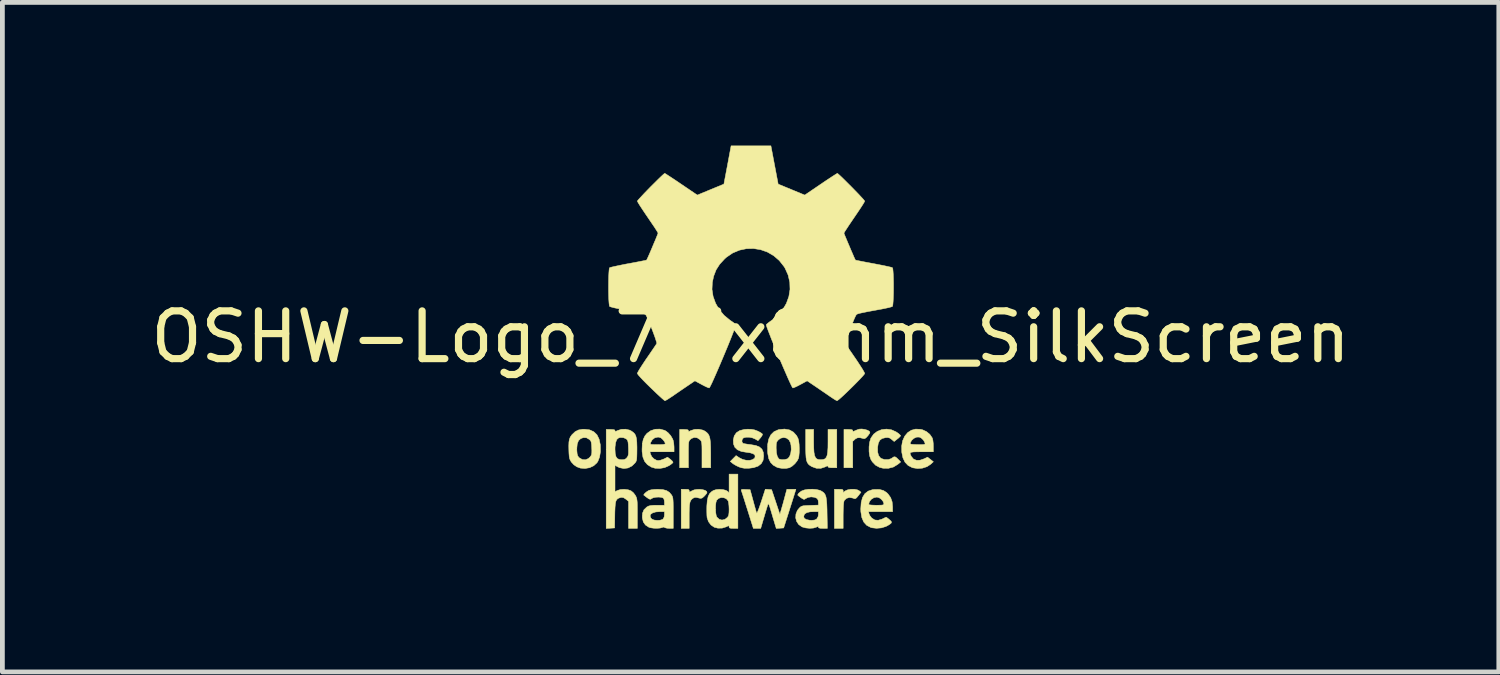
<source format=kicad_pcb>
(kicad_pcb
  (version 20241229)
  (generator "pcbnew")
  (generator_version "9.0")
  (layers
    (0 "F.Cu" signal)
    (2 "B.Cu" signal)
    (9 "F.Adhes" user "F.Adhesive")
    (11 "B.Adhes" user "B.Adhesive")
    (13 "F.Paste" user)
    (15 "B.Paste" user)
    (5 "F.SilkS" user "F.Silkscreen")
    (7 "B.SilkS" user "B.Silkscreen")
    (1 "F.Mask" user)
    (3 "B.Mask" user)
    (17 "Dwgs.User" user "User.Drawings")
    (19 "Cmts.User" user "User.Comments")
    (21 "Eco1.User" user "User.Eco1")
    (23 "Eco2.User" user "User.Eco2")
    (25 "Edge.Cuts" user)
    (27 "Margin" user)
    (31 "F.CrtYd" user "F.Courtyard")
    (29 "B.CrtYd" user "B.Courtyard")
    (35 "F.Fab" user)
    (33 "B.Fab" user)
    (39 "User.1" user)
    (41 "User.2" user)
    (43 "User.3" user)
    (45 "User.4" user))
  (footprint "OSHW-Logo_7.5x8mm_SilkScreen"
    (layer "F.Cu")
    (at 12.673 4.007)
    (property "Reference" "OSHW-Logo_7.5x8mm_SilkScreen" (at 0 0 0) (layer "F.SilkS") (effects (font (size 1 1) (thickness 0.15))))
    (attr exclude_from_pos_files exclude_from_bom)
    (fp_poly (pts (xy 2.391 1.938) (xy 2.449 1.955) (xy 2.486 1.977) (xy 2.498 1.995) (xy 2.495 2.016) (xy 2.473 2.048) (xy 2.455 2.072) (xy 2.417 2.113) (xy 2.389 2.131) (xy 2.365 2.13) (xy 2.294 2.112) (xy 2.241 2.113) (xy 2.199 2.133) (xy 2.185 2.145) (xy 2.139 2.187) (xy 2.139 2.741) (xy 1.955 2.741) (xy 1.955 1.938) (xy 2.047 1.938) (xy 2.102 1.941) (xy 2.131 1.948) (xy 2.139 1.963) (xy 2.139 1.964) (xy 2.143 1.98) (xy 2.16 1.978) (xy 2.185 1.966) (xy 2.235 1.945) (xy 2.276 1.932) (xy 2.329 1.929) (xy 2.391 1.938)) (stroke (width 0.01) (type solid)) (fill yes) (layer "F.SilkS"))
    (fp_poly (pts (xy 2.173 3.191) (xy 2.237 3.204) (xy 2.274 3.223) (xy 2.312 3.254) (xy 2.258 3.323) (xy 2.224 3.365) (xy 2.201 3.385) (xy 2.178 3.389) (xy 2.145 3.378) (xy 2.129 3.373) (xy 2.066 3.364) (xy 2.007 3.382) (xy 1.964 3.423) (xy 1.957 3.436) (xy 1.95 3.47) (xy 1.944 3.533) (xy 1.94 3.621) (xy 1.938 3.729) (xy 1.938 3.744) (xy 1.938 4.011) (xy 1.755 4.011) (xy 1.755 3.192) (xy 1.847 3.192) (xy 1.9 3.193) (xy 1.927 3.199) (xy 1.937 3.213) (xy 1.938 3.226) (xy 1.938 3.261) (xy 1.982 3.226) (xy 2.033 3.203) (xy 2.101 3.191) (xy 2.173 3.191)) (stroke (width 0.01) (type solid)) (fill yes) (layer "F.SilkS"))
    (fp_poly (pts (xy -1.32 3.193) (xy -1.295 3.201) (xy -1.287 3.217) (xy -1.287 3.225) (xy -1.285 3.246) (xy -1.275 3.249) (xy -1.248 3.235) (xy -1.232 3.225) (xy -1.182 3.204) (xy -1.122 3.194) (xy -1.059 3.193) (xy -0.999 3.201) (xy -0.951 3.216) (xy -0.92 3.237) (xy -0.914 3.264) (xy -0.917 3.272) (xy -0.94 3.302) (xy -0.974 3.339) (xy -0.98 3.345) (xy -1.013 3.373) (xy -1.042 3.382) (xy -1.081 3.376) (xy -1.097 3.371) (xy -1.146 3.361) (xy -1.181 3.366) (xy -1.211 3.382) (xy -1.237 3.403) (xy -1.257 3.43) (xy -1.271 3.467) (xy -1.28 3.52) (xy -1.285 3.593) (xy -1.287 3.693) (xy -1.287 3.753) (xy -1.287 4.011) (xy -1.454 4.011) (xy -1.454 3.192) (xy -1.37 3.192) (xy -1.32 3.193)) (stroke (width 0.01) (type solid)) (fill yes) (layer "F.SilkS"))
    (fp_poly (pts (xy 1.32 2.199) (xy 1.322 2.321) (xy 1.327 2.414) (xy 1.339 2.482) (xy 1.358 2.527) (xy 1.385 2.555) (xy 1.423 2.569) (xy 1.471 2.572) (xy 1.52 2.568) (xy 1.557 2.554) (xy 1.584 2.525) (xy 1.603 2.479) (xy 1.614 2.41) (xy 1.62 2.316) (xy 1.621 2.199) (xy 1.621 1.938) (xy 1.805 1.938) (xy 1.805 2.741) (xy 1.713 2.741) (xy 1.657 2.738) (xy 1.629 2.73) (xy 1.621 2.715) (xy 1.616 2.702) (xy 1.597 2.705) (xy 1.559 2.724) (xy 1.47 2.753) (xy 1.377 2.751) (xy 1.287 2.719) (xy 1.244 2.694) (xy 1.212 2.667) (xy 1.188 2.633) (xy 1.171 2.588) (xy 1.161 2.526) (xy 1.156 2.444) (xy 1.153 2.336) (xy 1.153 2.252) (xy 1.153 1.938) (xy 1.32 1.938) (xy 1.32 2.199)) (stroke (width 0.01) (type solid)) (fill yes) (layer "F.SilkS"))
    (fp_poly (pts (xy -1.002 1.952) (xy -0.96 1.972) (xy -0.92 2.001) (xy -0.889 2.034) (xy -0.867 2.076) (xy -0.852 2.132) (xy -0.842 2.207) (xy -0.838 2.305) (xy -0.836 2.431) (xy -0.836 2.444) (xy -0.836 2.741) (xy -1.019 2.741) (xy -1.019 2.467) (xy -1.019 2.366) (xy -1.02 2.292) (xy -1.023 2.241) (xy -1.028 2.207) (xy -1.035 2.184) (xy -1.047 2.167) (xy -1.063 2.15) (xy -1.12 2.113) (xy -1.183 2.106) (xy -1.242 2.129) (xy -1.262 2.147) (xy -1.278 2.163) (xy -1.288 2.18) (xy -1.296 2.204) (xy -1.3 2.24) (xy -1.302 2.294) (xy -1.303 2.371) (xy -1.303 2.464) (xy -1.303 2.741) (xy -1.487 2.741) (xy -1.487 1.938) (xy -1.395 1.938) (xy -1.34 1.941) (xy -1.312 1.948) (xy -1.303 1.963) (xy -1.303 1.964) (xy -1.3 1.979) (xy -1.283 1.977) (xy -1.249 1.961) (xy -1.173 1.937) (xy -1.086 1.934) (xy -1.002 1.952)) (stroke (width 0.01) (type solid)) (fill yes) (layer "F.SilkS"))
    (fp_poly (pts (xy 2.947 1.945) (xy 3.043 1.987) (xy 3.074 2.007) (xy 3.113 2.037) (xy 3.137 2.062) (xy 3.142 2.069) (xy 3.13 2.087) (xy 3.099 2.117) (xy 3.074 2.137) (xy 3.007 2.191) (xy 2.954 2.147) (xy 2.913 2.118) (xy 2.873 2.108) (xy 2.827 2.11) (xy 2.754 2.128) (xy 2.704 2.166) (xy 2.674 2.227) (xy 2.66 2.314) (xy 2.66 2.314) (xy 2.661 2.412) (xy 2.68 2.484) (xy 2.717 2.533) (xy 2.742 2.549) (xy 2.809 2.57) (xy 2.881 2.57) (xy 2.943 2.55) (xy 2.958 2.54) (xy 2.995 2.515) (xy 3.024 2.511) (xy 3.055 2.53) (xy 3.089 2.563) (xy 3.144 2.619) (xy 3.083 2.669) (xy 2.99 2.726) (xy 2.884 2.753) (xy 2.774 2.751) (xy 2.701 2.733) (xy 2.617 2.687) (xy 2.549 2.616) (xy 2.518 2.565) (xy 2.493 2.492) (xy 2.481 2.401) (xy 2.481 2.301) (xy 2.493 2.205) (xy 2.517 2.125) (xy 2.521 2.117) (xy 2.578 2.036) (xy 2.655 1.978) (xy 2.746 1.942) (xy 2.846 1.931) (xy 2.947 1.945)) (stroke (width 0.01) (type solid)) (fill yes) (layer "F.SilkS"))
    (fp_poly (pts (xy 0.812 1.948) (xy 0.896 1.994) (xy 0.962 2.067) (xy 0.993 2.126) (xy 1.007 2.178) (xy 1.016 2.253) (xy 1.019 2.338) (xy 1.018 2.425) (xy 1.011 2.5) (xy 1.003 2.541) (xy 0.975 2.596) (xy 0.928 2.655) (xy 0.871 2.706) (xy 0.815 2.739) (xy 0.814 2.74) (xy 0.744 2.754) (xy 0.661 2.754) (xy 0.582 2.741) (xy 0.552 2.731) (xy 0.473 2.686) (xy 0.417 2.628) (xy 0.38 2.551) (xy 0.36 2.45) (xy 0.355 2.397) (xy 0.356 2.331) (xy 0.535 2.331) (xy 0.541 2.428) (xy 0.558 2.502) (xy 0.586 2.549) (xy 0.605 2.562) (xy 0.656 2.572) (xy 0.716 2.569) (xy 0.767 2.555) (xy 0.781 2.548) (xy 0.817 2.504) (xy 0.84 2.438) (xy 0.851 2.357) (xy 0.846 2.271) (xy 0.835 2.218) (xy 0.803 2.158) (xy 0.753 2.12) (xy 0.693 2.107) (xy 0.631 2.121) (xy 0.584 2.154) (xy 0.559 2.182) (xy 0.544 2.209) (xy 0.537 2.246) (xy 0.535 2.303) (xy 0.535 2.331) (xy 0.356 2.331) (xy 0.356 2.256) (xy 0.379 2.14) (xy 0.424 2.05) (xy 0.49 1.985) (xy 0.579 1.945) (xy 0.597 1.941) (xy 0.711 1.93) (xy 0.812 1.948)) (stroke (width 0.01) (type solid)) (fill yes) (layer "F.SilkS"))
    (fp_poly (pts (xy 0.374 3.195) (xy 0.44 3.2) (xy 0.527 3.459) (xy 0.613 3.718) (xy 0.64 3.626) (xy 0.656 3.569) (xy 0.678 3.493) (xy 0.701 3.408) (xy 0.713 3.363) (xy 0.759 3.192) (xy 0.949 3.192) (xy 0.893 3.371) (xy 0.865 3.46) (xy 0.831 3.566) (xy 0.796 3.677) (xy 0.764 3.777) (xy 0.692 4.002) (xy 0.537 4.012) (xy 0.495 3.874) (xy 0.469 3.787) (xy 0.441 3.692) (xy 0.416 3.608) (xy 0.415 3.605) (xy 0.397 3.548) (xy 0.381 3.509) (xy 0.369 3.495) (xy 0.367 3.496) (xy 0.359 3.519) (xy 0.343 3.568) (xy 0.322 3.637) (xy 0.297 3.719) (xy 0.284 3.764) (xy 0.211 4.011) (xy 0.057 4.011) (xy -0.065 3.622) (xy -0.1 3.513) (xy -0.131 3.414) (xy -0.158 3.33) (xy -0.179 3.265) (xy -0.193 3.224) (xy -0.197 3.212) (xy -0.193 3.199) (xy -0.168 3.194) (xy -0.116 3.195) (xy -0.108 3.195) (xy -0.011 3.2) (xy 0.053 3.434) (xy 0.076 3.519) (xy 0.097 3.594) (xy 0.114 3.653) (xy 0.124 3.687) (xy 0.126 3.693) (xy 0.134 3.686) (xy 0.15 3.653) (xy 0.173 3.596) (xy 0.199 3.522) (xy 0.222 3.454) (xy 0.308 3.19) (xy 0.374 3.195)) (stroke (width 0.01) (type solid)) (fill yes) (layer "F.SilkS"))
    (fp_poly (pts (xy -3.373 1.947) (xy -3.286 1.986) (xy -3.219 2.05) (xy -3.174 2.141) (xy -3.149 2.257) (xy -3.148 2.276) (xy -3.146 2.404) (xy -3.164 2.516) (xy -3.2 2.608) (xy -3.22 2.637) (xy -3.287 2.699) (xy -3.372 2.739) (xy -3.468 2.756) (xy -3.566 2.748) (xy -3.64 2.721) (xy -3.704 2.677) (xy -3.756 2.62) (xy -3.757 2.618) (xy -3.778 2.583) (xy -3.792 2.547) (xy -3.8 2.502) (xy -3.805 2.438) (xy -3.807 2.385) (xy -3.808 2.338) (xy -3.641 2.338) (xy -3.64 2.385) (xy -3.634 2.448) (xy -3.623 2.488) (xy -3.604 2.517) (xy -3.587 2.534) (xy -3.524 2.569) (xy -3.459 2.574) (xy -3.398 2.548) (xy -3.367 2.52) (xy -3.345 2.492) (xy -3.332 2.464) (xy -3.327 2.429) (xy -3.326 2.376) (xy -3.328 2.327) (xy -3.332 2.256) (xy -3.338 2.211) (xy -3.348 2.181) (xy -3.366 2.159) (xy -3.381 2.146) (xy -3.44 2.112) (xy -3.505 2.11) (xy -3.559 2.13) (xy -3.605 2.172) (xy -3.632 2.241) (xy -3.641 2.338) (xy -3.808 2.338) (xy -3.809 2.281) (xy -3.806 2.203) (xy -3.796 2.145) (xy -3.778 2.099) (xy -3.75 2.058) (xy -3.74 2.046) (xy -3.676 1.985) (xy -3.607 1.95) (xy -3.523 1.935) (xy -3.482 1.934) (xy -3.373 1.947)) (stroke (width 0.01) (type solid)) (fill yes) (layer "F.SilkS"))
    (fp_poly (pts (xy -0.267 4.011) (xy -0.359 4.011) (xy -0.413 4.009) (xy -0.44 4.002) (xy -0.45 3.988) (xy -0.451 3.979) (xy -0.453 3.96) (xy -0.464 3.956) (xy -0.491 3.968) (xy -0.513 3.979) (xy -0.597 4.005) (xy -0.687 4.006) (xy -0.761 3.987) (xy -0.83 3.94) (xy -0.882 3.871) (xy -0.911 3.789) (xy -0.912 3.785) (xy -0.916 3.735) (xy -0.918 3.664) (xy -0.918 3.61) (xy -0.735 3.61) (xy -0.731 3.681) (xy -0.721 3.741) (xy -0.708 3.774) (xy -0.659 3.82) (xy -0.601 3.836) (xy -0.54 3.823) (xy -0.489 3.783) (xy -0.469 3.757) (xy -0.458 3.725) (xy -0.453 3.679) (xy -0.451 3.609) (xy -0.454 3.54) (xy -0.46 3.48) (xy -0.469 3.44) (xy -0.47 3.436) (xy -0.506 3.393) (xy -0.558 3.369) (xy -0.616 3.365) (xy -0.67 3.382) (xy -0.71 3.419) (xy -0.714 3.426) (xy -0.727 3.471) (xy -0.734 3.536) (xy -0.735 3.61) (xy -0.918 3.61) (xy -0.918 3.582) (xy -0.917 3.538) (xy -0.908 3.43) (xy -0.891 3.349) (xy -0.863 3.288) (xy -0.821 3.244) (xy -0.78 3.217) (xy -0.723 3.199) (xy -0.653 3.193) (xy -0.58 3.198) (xy -0.518 3.214) (xy -0.485 3.233) (xy -0.451 3.264) (xy -0.451 2.874) (xy -0.267 2.874) (xy -0.267 4.011)) (stroke (width 0.01) (type solid)) (fill yes) (layer "F.SilkS"))
    (fp_poly (pts (xy 3.559 1.936) (xy 3.602 1.946) (xy 3.684 1.984) (xy 3.754 2.042) (xy 3.802 2.112) (xy 3.809 2.128) (xy 3.818 2.168) (xy 3.825 2.229) (xy 3.827 2.29) (xy 3.827 2.406) (xy 3.584 2.406) (xy 3.484 2.407) (xy 3.414 2.409) (xy 3.369 2.415) (xy 3.346 2.426) (xy 3.341 2.445) (xy 3.35 2.472) (xy 3.366 2.504) (xy 3.41 2.558) (xy 3.472 2.584) (xy 3.547 2.583) (xy 3.632 2.554) (xy 3.706 2.519) (xy 3.767 2.567) (xy 3.828 2.615) (xy 3.77 2.668) (xy 3.694 2.718) (xy 3.599 2.749) (xy 3.498 2.757) (xy 3.4 2.742) (xy 3.384 2.737) (xy 3.298 2.692) (xy 3.234 2.625) (xy 3.19 2.533) (xy 3.166 2.416) (xy 3.166 2.414) (xy 3.164 2.286) (xy 3.172 2.24) (xy 3.342 2.24) (xy 3.358 2.247) (xy 3.4 2.252) (xy 3.462 2.255) (xy 3.502 2.256) (xy 3.576 2.256) (xy 3.622 2.254) (xy 3.646 2.249) (xy 3.654 2.24) (xy 3.652 2.224) (xy 3.65 2.218) (xy 3.621 2.163) (xy 3.574 2.118) (xy 3.532 2.098) (xy 3.477 2.099) (xy 3.421 2.124) (xy 3.374 2.165) (xy 3.346 2.214) (xy 3.342 2.24) (xy 3.172 2.24) (xy 3.185 2.173) (xy 3.228 2.079) (xy 3.289 2.005) (xy 3.366 1.955) (xy 3.457 1.931) (xy 3.559 1.936)) (stroke (width 0.01) (type solid)) (fill yes) (layer "F.SilkS"))
    (fp_poly (pts (xy 0.019 1.936) (xy 0.082 1.948) (xy 0.148 1.973) (xy 0.155 1.976) (xy 0.204 2.002) (xy 0.239 2.026) (xy 0.25 2.042) (xy 0.239 2.067) (xy 0.214 2.105) (xy 0.202 2.119) (xy 0.155 2.174) (xy 0.094 2.138) (xy 0.036 2.114) (xy -0.03 2.101) (xy -0.095 2.101) (xy -0.144 2.113) (xy -0.156 2.12) (xy -0.179 2.154) (xy -0.182 2.194) (xy -0.165 2.225) (xy -0.155 2.231) (xy -0.124 2.238) (xy -0.072 2.247) (xy -0.006 2.255) (xy 0.006 2.257) (xy 0.11 2.275) (xy 0.186 2.306) (xy 0.237 2.352) (xy 0.265 2.416) (xy 0.273 2.495) (xy 0.261 2.585) (xy 0.222 2.655) (xy 0.156 2.707) (xy 0.062 2.739) (xy -0.042 2.752) (xy -0.127 2.752) (xy -0.195 2.74) (xy -0.242 2.724) (xy -0.302 2.696) (xy -0.356 2.664) (xy -0.376 2.65) (xy -0.426 2.609) (xy -0.305 2.486) (xy -0.236 2.532) (xy -0.168 2.566) (xy -0.094 2.584) (xy -0.023 2.586) (xy 0.037 2.572) (xy 0.08 2.543) (xy 0.093 2.518) (xy 0.091 2.479) (xy 0.057 2.449) (xy -0.009 2.428) (xy -0.081 2.418) (xy -0.192 2.4) (xy -0.275 2.365) (xy -0.33 2.313) (xy -0.359 2.243) (xy -0.363 2.16) (xy -0.343 2.073) (xy -0.298 2.007) (xy -0.228 1.962) (xy -0.131 1.938) (xy -0.06 1.933) (xy 0.019 1.936)) (stroke (width 0.01) (type solid)) (fill yes) (layer "F.SilkS"))
    (fp_poly (pts (xy 2.701 3.196) (xy 2.781 3.217) (xy 2.848 3.26) (xy 2.88 3.292) (xy 2.933 3.367) (xy 2.964 3.455) (xy 2.974 3.563) (xy 2.974 3.572) (xy 2.974 3.66) (xy 2.47 3.66) (xy 2.48 3.706) (xy 2.5 3.747) (xy 2.534 3.791) (xy 2.541 3.797) (xy 2.602 3.835) (xy 2.672 3.841) (xy 2.752 3.817) (xy 2.766 3.81) (xy 2.807 3.79) (xy 2.835 3.778) (xy 2.84 3.777) (xy 2.857 3.788) (xy 2.89 3.813) (xy 2.906 3.827) (xy 2.94 3.858) (xy 2.951 3.879) (xy 2.944 3.899) (xy 2.94 3.904) (xy 2.911 3.927) (xy 2.865 3.955) (xy 2.832 3.971) (xy 2.74 4) (xy 2.638 4.009) (xy 2.542 3.998) (xy 2.515 3.99) (xy 2.431 3.946) (xy 2.369 3.877) (xy 2.329 3.783) (xy 2.309 3.663) (xy 2.307 3.601) (xy 2.313 3.51) (xy 2.473 3.51) (xy 2.489 3.517) (xy 2.53 3.522) (xy 2.591 3.525) (xy 2.632 3.526) (xy 2.706 3.525) (xy 2.752 3.523) (xy 2.778 3.517) (xy 2.789 3.507) (xy 2.791 3.493) (xy 2.776 3.448) (xy 2.74 3.403) (xy 2.693 3.369) (xy 2.645 3.355) (xy 2.581 3.368) (xy 2.525 3.403) (xy 2.486 3.455) (xy 2.473 3.51) (xy 2.313 3.51) (xy 2.316 3.469) (xy 2.344 3.363) (xy 2.393 3.284) (xy 2.462 3.23) (xy 2.552 3.2) (xy 2.6 3.195) (xy 2.701 3.196)) (stroke (width 0.01) (type solid)) (fill yes) (layer "F.SilkS"))
    (fp_poly (pts (xy -1.803 1.957) (xy -1.786 1.965) (xy -1.729 2.007) (xy -1.674 2.069) (xy -1.634 2.137) (xy -1.622 2.168) (xy -1.611 2.223) (xy -1.605 2.291) (xy -1.604 2.319) (xy -1.604 2.406) (xy -2.109 2.406) (xy -2.098 2.452) (xy -2.072 2.507) (xy -2.026 2.554) (xy -1.971 2.584) (xy -1.936 2.59) (xy -1.888 2.583) (xy -1.832 2.563) (xy -1.812 2.555) (xy -1.741 2.519) (xy -1.68 2.565) (xy -1.645 2.597) (xy -1.627 2.623) (xy -1.626 2.63) (xy -1.643 2.649) (xy -1.679 2.677) (xy -1.712 2.698) (xy -1.802 2.738) (xy -1.902 2.755) (xy -2.001 2.751) (xy -2.08 2.727) (xy -2.162 2.675) (xy -2.22 2.607) (xy -2.256 2.519) (xy -2.273 2.407) (xy -2.274 2.356) (xy -2.269 2.239) (xy -2.268 2.236) (xy -2.101 2.236) (xy -2.096 2.247) (xy -2.077 2.253) (xy -2.038 2.255) (xy -1.973 2.256) (xy -1.948 2.256) (xy -1.872 2.255) (xy -1.824 2.252) (xy -1.798 2.245) (xy -1.788 2.235) (xy -1.788 2.231) (xy -1.799 2.204) (xy -1.825 2.166) (xy -1.836 2.153) (xy -1.878 2.115) (xy -1.922 2.1) (xy -1.945 2.099) (xy -2.009 2.114) (xy -2.062 2.156) (xy -2.096 2.216) (xy -2.097 2.218) (xy -2.101 2.236) (xy -2.268 2.236) (xy -2.249 2.147) (xy -2.214 2.073) (xy -2.171 2.021) (xy -2.092 1.964) (xy -1.999 1.934) (xy -1.9 1.931) (xy -1.803 1.957)) (stroke (width 0.01) (type solid)) (fill yes) (layer "F.SilkS"))
    (fp_poly (pts (xy 1.38 3.197) (xy 1.45 3.214) (xy 1.471 3.223) (xy 1.51 3.247) (xy 1.541 3.273) (xy 1.563 3.308) (xy 1.579 3.354) (xy 1.589 3.418) (xy 1.596 3.503) (xy 1.6 3.614) (xy 1.601 3.689) (xy 1.607 4.011) (xy 1.514 4.011) (xy 1.457 4.008) (xy 1.428 4) (xy 1.42 3.986) (xy 1.416 3.972) (xy 1.399 3.975) (xy 1.374 3.986) (xy 1.314 4.004) (xy 1.236 4.009) (xy 1.154 4.001) (xy 1.081 3.981) (xy 1.075 3.978) (xy 1.008 3.931) (xy 0.964 3.866) (xy 0.944 3.791) (xy 0.946 3.763) (xy 1.11 3.763) (xy 1.125 3.8) (xy 1.168 3.826) (xy 1.237 3.84) (xy 1.274 3.842) (xy 1.336 3.837) (xy 1.377 3.819) (xy 1.387 3.81) (xy 1.414 3.762) (xy 1.42 3.718) (xy 1.42 3.66) (xy 1.339 3.66) (xy 1.244 3.664) (xy 1.178 3.68) (xy 1.136 3.706) (xy 1.126 3.718) (xy 1.11 3.763) (xy 0.946 3.763) (xy 0.949 3.711) (xy 0.979 3.635) (xy 1.02 3.584) (xy 1.045 3.561) (xy 1.069 3.547) (xy 1.101 3.538) (xy 1.148 3.533) (xy 1.218 3.53) (xy 1.246 3.529) (xy 1.42 3.523) (xy 1.42 3.47) (xy 1.413 3.415) (xy 1.389 3.381) (xy 1.34 3.36) (xy 1.338 3.359) (xy 1.268 3.351) (xy 1.2 3.362) (xy 1.149 3.389) (xy 1.129 3.402) (xy 1.107 3.4) (xy 1.073 3.381) (xy 1.053 3.367) (xy 1.014 3.338) (xy 0.99 3.317) (xy 0.986 3.311) (xy 1.002 3.279) (xy 1.049 3.24) (xy 1.069 3.227) (xy 1.128 3.205) (xy 1.207 3.192) (xy 1.295 3.19) (xy 1.38 3.197)) (stroke (width 0.01) (type solid)) (fill yes) (layer "F.SilkS"))
    (fp_poly (pts (xy -1.84 3.198) (xy -1.761 3.219) (xy -1.701 3.257) (xy -1.659 3.307) (xy -1.646 3.328) (xy -1.636 3.35) (xy -1.629 3.379) (xy -1.625 3.419) (xy -1.622 3.475) (xy -1.621 3.554) (xy -1.621 3.659) (xy -1.621 3.687) (xy -1.621 4.011) (xy -1.701 4.011) (xy -1.752 4.007) (xy -1.79 3.998) (xy -1.8 3.992) (xy -1.826 3.983) (xy -1.852 3.992) (xy -1.896 4.004) (xy -1.959 4.009) (xy -2.029 4.007) (xy -2.093 3.998) (xy -2.131 3.987) (xy -2.203 3.94) (xy -2.248 3.876) (xy -2.269 3.79) (xy -2.269 3.788) (xy -2.267 3.75) (xy -2.106 3.75) (xy -2.091 3.793) (xy -2.068 3.817) (xy -2.022 3.836) (xy -1.961 3.843) (xy -1.899 3.84) (xy -1.849 3.825) (xy -1.835 3.816) (xy -1.811 3.773) (xy -1.805 3.724) (xy -1.805 3.66) (xy -1.897 3.66) (xy -1.985 3.666) (xy -2.052 3.686) (xy -2.093 3.715) (xy -2.106 3.75) (xy -2.267 3.75) (xy -2.265 3.694) (xy -2.234 3.62) (xy -2.175 3.564) (xy -2.167 3.559) (xy -2.133 3.542) (xy -2.09 3.532) (xy -2.03 3.527) (xy -1.959 3.526) (xy -1.805 3.526) (xy -1.805 3.461) (xy -1.811 3.411) (xy -1.828 3.377) (xy -1.83 3.375) (xy -1.867 3.361) (xy -1.923 3.355) (xy -1.986 3.358) (xy -2.04 3.369) (xy -2.073 3.385) (xy -2.091 3.398) (xy -2.109 3.4) (xy -2.135 3.39) (xy -2.174 3.363) (xy -2.232 3.318) (xy -2.238 3.314) (xy -2.235 3.299) (xy -2.212 3.273) (xy -2.177 3.244) (xy -2.139 3.22) (xy -2.127 3.214) (xy -2.083 3.203) (xy -2.019 3.195) (xy -1.947 3.192) (xy -1.943 3.192) (xy -1.84 3.198)) (stroke (width 0.01) (type solid)) (fill yes) (layer "F.SilkS"))
    (fp_poly (pts (xy -2.537 1.952) (xy -2.501 1.97) (xy -2.458 2) (xy -2.426 2.033) (xy -2.405 2.075) (xy -2.391 2.131) (xy -2.384 2.206) (xy -2.381 2.307) (xy -2.381 2.351) (xy -2.382 2.446) (xy -2.384 2.514) (xy -2.387 2.561) (xy -2.394 2.594) (xy -2.405 2.618) (xy -2.416 2.634) (xy -2.485 2.703) (xy -2.567 2.745) (xy -2.656 2.757) (xy -2.745 2.739) (xy -2.773 2.726) (xy -2.841 2.691) (xy -2.841 3.243) (xy -2.791 3.217) (xy -2.727 3.197) (xy -2.647 3.192) (xy -2.567 3.202) (xy -2.507 3.223) (xy -2.457 3.263) (xy -2.414 3.32) (xy -2.411 3.326) (xy -2.397 3.353) (xy -2.387 3.381) (xy -2.381 3.415) (xy -2.376 3.46) (xy -2.374 3.523) (xy -2.373 3.608) (xy -2.373 3.704) (xy -2.373 4.011) (xy -2.557 4.011) (xy -2.557 3.445) (xy -2.608 3.402) (xy -2.662 3.367) (xy -2.712 3.361) (xy -2.763 3.377) (xy -2.79 3.393) (xy -2.81 3.416) (xy -2.825 3.45) (xy -2.834 3.5) (xy -2.84 3.572) (xy -2.844 3.67) (xy -2.845 3.735) (xy -2.849 4.002) (xy -2.937 4.007) (xy -3.025 4.012) (xy -3.025 2.353) (xy -2.841 2.353) (xy -2.836 2.446) (xy -2.82 2.51) (xy -2.791 2.55) (xy -2.745 2.569) (xy -2.699 2.573) (xy -2.646 2.569) (xy -2.612 2.551) (xy -2.59 2.528) (xy -2.573 2.502) (xy -2.563 2.474) (xy -2.558 2.434) (xy -2.558 2.375) (xy -2.559 2.325) (xy -2.563 2.251) (xy -2.568 2.202) (xy -2.577 2.17) (xy -2.591 2.15) (xy -2.605 2.137) (xy -2.661 2.111) (xy -2.727 2.107) (xy -2.765 2.116) (xy -2.803 2.148) (xy -2.827 2.211) (xy -2.84 2.304) (xy -2.841 2.353) (xy -3.025 2.353) (xy -3.025 1.938) (xy -2.933 1.938) (xy -2.878 1.941) (xy -2.849 1.948) (xy -2.841 1.963) (xy -2.841 1.964) (xy -2.837 1.979) (xy -2.82 1.977) (xy -2.786 1.961) (xy -2.708 1.936) (xy -2.62 1.933) (xy -2.537 1.952)) (stroke (width 0.01) (type solid)) (fill yes) (layer "F.SilkS"))
    (fp_poly (pts (xy 0.501 -3.601) (xy 0.577 -3.201) (xy 1.134 -2.971) (xy 1.468 -3.198) (xy 1.562 -3.262) (xy 1.647 -3.318) (xy 1.718 -3.365) (xy 1.773 -3.4) (xy 1.807 -3.421) (xy 1.817 -3.426) (xy 1.833 -3.414) (xy 1.869 -3.382) (xy 1.919 -3.335) (xy 1.981 -3.274) (xy 2.049 -3.206) (xy 2.121 -3.134) (xy 2.191 -3.062) (xy 2.257 -2.994) (xy 2.313 -2.934) (xy 2.357 -2.886) (xy 2.383 -2.854) (xy 2.39 -2.844) (xy 2.38 -2.824) (xy 2.355 -2.781) (xy 2.316 -2.72) (xy 2.265 -2.643) (xy 2.206 -2.556) (xy 2.172 -2.506) (xy 2.11 -2.415) (xy 2.055 -2.333) (xy 2.01 -2.264) (xy 1.976 -2.212) (xy 1.958 -2.181) (xy 1.955 -2.174) (xy 1.961 -2.156) (xy 1.978 -2.113) (xy 2.004 -2.051) (xy 2.035 -1.977) (xy 2.069 -1.897) (xy 2.103 -1.816) (xy 2.136 -1.741) (xy 2.163 -1.677) (xy 2.184 -1.632) (xy 2.195 -1.61) (xy 2.195 -1.609) (xy 2.212 -1.605) (xy 2.257 -1.596) (xy 2.326 -1.582) (xy 2.414 -1.565) (xy 2.515 -1.546) (xy 2.575 -1.535) (xy 2.683 -1.514) (xy 2.781 -1.495) (xy 2.864 -1.477) (xy 2.926 -1.463) (xy 2.963 -1.453) (xy 2.97 -1.449) (xy 2.978 -1.427) (xy 2.983 -1.378) (xy 2.988 -1.307) (xy 2.991 -1.219) (xy 2.993 -1.122) (xy 2.993 -1.02) (xy 2.992 -0.919) (xy 2.989 -0.825) (xy 2.985 -0.745) (xy 2.98 -0.683) (xy 2.974 -0.646) (xy 2.97 -0.638) (xy 2.946 -0.629) (xy 2.896 -0.615) (xy 2.827 -0.6) (xy 2.744 -0.583) (xy 2.715 -0.578) (xy 2.576 -0.552) (xy 2.465 -0.532) (xy 2.381 -0.515) (xy 2.319 -0.502) (xy 2.274 -0.492) (xy 2.245 -0.483) (xy 2.227 -0.475) (xy 2.216 -0.467) (xy 2.214 -0.465) (xy 2.199 -0.44) (xy 2.176 -0.391) (xy 2.148 -0.324) (xy 2.116 -0.246) (xy 2.083 -0.161) (xy 2.051 -0.077) (xy 2.023 0.001) (xy 2 0.067) (xy 1.986 0.114) (xy 1.982 0.138) (xy 1.983 0.139) (xy 1.995 0.158) (xy 2.024 0.2) (xy 2.065 0.262) (xy 2.117 0.337) (xy 2.175 0.422) (xy 2.192 0.446) (xy 2.251 0.534) (xy 2.303 0.614) (xy 2.346 0.682) (xy 2.375 0.733) (xy 2.389 0.762) (xy 2.39 0.766) (xy 2.378 0.785) (xy 2.346 0.823) (xy 2.298 0.875) (xy 2.237 0.938) (xy 2.169 1.007) (xy 2.096 1.079) (xy 2.024 1.149) (xy 1.956 1.214) (xy 1.896 1.269) (xy 1.849 1.31) (xy 1.818 1.333) (xy 1.809 1.337) (xy 1.79 1.328) (xy 1.749 1.304) (xy 1.695 1.268) (xy 1.653 1.24) (xy 1.577 1.187) (xy 1.487 1.126) (xy 1.397 1.064) (xy 1.348 1.031) (xy 1.184 0.92) (xy 1.046 0.995) (xy 0.983 1.028) (xy 0.93 1.053) (xy 0.893 1.067) (xy 0.884 1.069) (xy 0.873 1.055) (xy 0.851 1.013) (xy 0.82 0.947) (xy 0.782 0.863) (xy 0.738 0.762) (xy 0.689 0.65) (xy 0.638 0.531) (xy 0.586 0.407) (xy 0.534 0.283) (xy 0.485 0.164) (xy 0.439 0.052) (xy 0.4 -0.049) (xy 0.367 -0.134) (xy 0.343 -0.199) (xy 0.33 -0.241) (xy 0.327 -0.256) (xy 0.345 -0.274) (xy 0.382 -0.304) (xy 0.432 -0.34) (xy 0.437 -0.343) (xy 0.566 -0.446) (xy 0.671 -0.567) (xy 0.749 -0.702) (xy 0.801 -0.846) (xy 0.825 -0.996) (xy 0.82 -1.147) (xy 0.785 -1.297) (xy 0.72 -1.441) (xy 0.701 -1.472) (xy 0.601 -1.599) (xy 0.483 -1.701) (xy 0.352 -1.777) (xy 0.21 -1.827) (xy 0.062 -1.851) (xy -0.087 -1.848) (xy -0.234 -1.817) (xy -0.375 -1.758) (xy -0.505 -1.67) (xy -0.545 -1.634) (xy -0.648 -1.522) (xy -0.723 -1.405) (xy -0.774 -1.273) (xy -0.802 -1.142) (xy -0.809 -0.996) (xy -0.786 -0.848) (xy -0.734 -0.705) (xy -0.657 -0.571) (xy -0.556 -0.452) (xy -0.434 -0.351) (xy -0.418 -0.34) (xy -0.368 -0.306) (xy -0.329 -0.276) (xy -0.311 -0.256) (xy -0.31 -0.256) (xy -0.314 -0.235) (xy -0.33 -0.188) (xy -0.356 -0.118) (xy -0.39 -0.03) (xy -0.431 0.073) (xy -0.477 0.187) (xy -0.527 0.307) (xy -0.579 0.431) (xy -0.631 0.554) (xy -0.682 0.673) (xy -0.73 0.783) (xy -0.773 0.88) (xy -0.81 0.962) (xy -0.84 1.023) (xy -0.86 1.06) (xy -0.868 1.069) (xy -0.892 1.062) (xy -0.938 1.042) (xy -0.997 1.012) (xy -1.029 0.995) (xy -1.167 0.92) (xy -1.331 1.031) (xy -1.415 1.088) (xy -1.507 1.151) (xy -1.593 1.21) (xy -1.636 1.24) (xy -1.697 1.28) (xy -1.748 1.313) (xy -1.783 1.332) (xy -1.795 1.337) (xy -1.812 1.325) (xy -1.849 1.294) (xy -1.902 1.246) (xy -1.969 1.184) (xy -2.045 1.111) (xy -2.093 1.065) (xy -2.178 0.982) (xy -2.251 0.908) (xy -2.309 0.846) (xy -2.351 0.799) (xy -2.371 0.77) (xy -2.373 0.764) (xy -2.364 0.742) (xy -2.338 0.696) (xy -2.299 0.633) (xy -2.249 0.556) (xy -2.192 0.47) (xy -2.175 0.446) (xy -2.115 0.359) (xy -2.062 0.281) (xy -2.017 0.215) (xy -1.985 0.167) (xy -1.968 0.142) (xy -1.966 0.139) (xy -1.968 0.118) (xy -1.982 0.073) (xy -2.003 0.008) (xy -2.031 -0.069) (xy -2.062 -0.152) (xy -2.095 -0.237) (xy -2.128 -0.317) (xy -2.157 -0.385) (xy -2.181 -0.436) (xy -2.197 -0.464) (xy -2.198 -0.465) (xy -2.208 -0.473) (xy -2.224 -0.481) (xy -2.251 -0.49) (xy -2.292 -0.5) (xy -2.351 -0.512) (xy -2.431 -0.528) (xy -2.536 -0.548) (xy -2.669 -0.572) (xy -2.698 -0.578) (xy -2.784 -0.594) (xy -2.859 -0.61) (xy -2.916 -0.625) (xy -2.949 -0.635) (xy -2.953 -0.638) (xy -2.96 -0.66) (xy -2.966 -0.71) (xy -2.971 -0.782) (xy -2.974 -0.869) (xy -2.976 -0.967) (xy -2.976 -1.069) (xy -2.975 -1.169) (xy -2.973 -1.263) (xy -2.969 -1.343) (xy -2.964 -1.405) (xy -2.958 -1.442) (xy -2.954 -1.449) (xy -2.932 -1.457) (xy -2.882 -1.469) (xy -2.809 -1.485) (xy -2.718 -1.504) (xy -2.614 -1.525) (xy -2.558 -1.535) (xy -2.45 -1.555) (xy -2.355 -1.573) (xy -2.275 -1.589) (xy -2.217 -1.6) (xy -2.184 -1.608) (xy -2.179 -1.609) (xy -2.17 -1.627) (xy -2.15 -1.669) (xy -2.123 -1.73) (xy -2.091 -1.804) (xy -2.057 -1.885) (xy -2.023 -1.966) (xy -1.991 -2.041) (xy -1.965 -2.105) (xy -1.947 -2.151) (xy -1.939 -2.174) (xy -1.938 -2.175) (xy -1.948 -2.193) (xy -1.973 -2.234) (xy -2.012 -2.295) (xy -2.063 -2.37) (xy -2.122 -2.457) (xy -2.156 -2.507) (xy -2.218 -2.598) (xy -2.273 -2.681) (xy -2.319 -2.751) (xy -2.352 -2.804) (xy -2.37 -2.837) (xy -2.373 -2.844) (xy -2.362 -2.861) (xy -2.33 -2.897) (xy -2.283 -2.948) (xy -2.224 -3.011) (xy -2.157 -3.08) (xy -2.086 -3.153) (xy -2.014 -3.224) (xy -1.947 -3.291) (xy -1.888 -3.348) (xy -1.841 -3.392) (xy -1.81 -3.419) (xy -1.799 -3.426) (xy -1.782 -3.417) (xy -1.742 -3.391) (xy -1.682 -3.352) (xy -1.606 -3.302) (xy -1.518 -3.243) (xy -1.452 -3.198) (xy -1.117 -2.971) (xy -0.839 -3.086) (xy -0.56 -3.201) (xy -0.484 -3.601) (xy -0.409 -4.002) (xy 0.425 -4.002) (xy 0.501 -3.601)) (stroke (width 0.01) (type solid)) (fill yes) (layer "F.SilkS")))
  (gr_rect
    (start -3 -3)
    (end 28.345 11.024)
    (stroke (width 0.1) (type default))
    (fill no)
    (layer "Edge.Cuts")))
</source>
